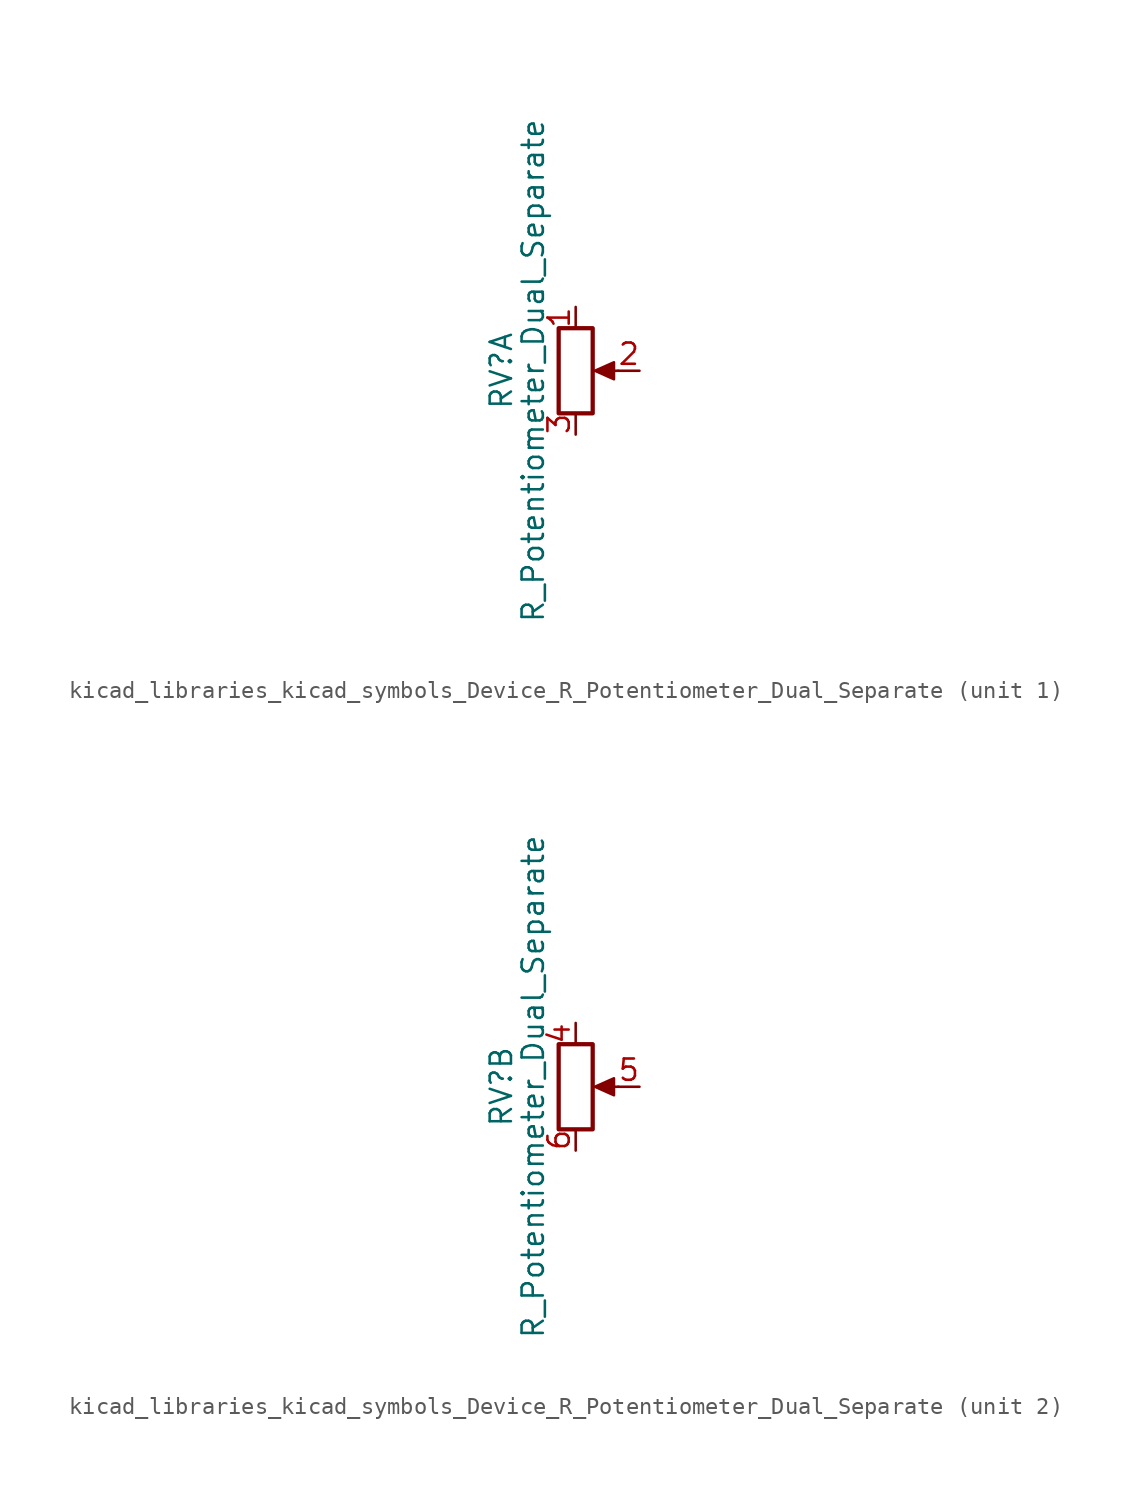
<source format=kicad_sym>
(kicad_symbol_lib
  (version 20220914)
  (generator kicad_symbol_editor)
  (symbol "kicad_libraries_kicad_symbols_Device_R_Potentiometer_Dual_Separate"
    (pin_names
      (offset 1.016) hide)
    (property "Reference" "RV"
      (at -4.445 0 90)
      (effects (font (size 1.27 1.27))))
    (property "Value" "R_Potentiometer_Dual_Separate"
      (at -2.54 0 90)
      (effects (font (size 1.27 1.27))))
    (symbol "kicad_libraries_kicad_symbols_Device_R_Potentiometer_Dual_Separate_0_1"
      (polyline (pts (xy 2.54 0) (xy 1.524 0)) (stroke (width 0) (type default)) (fill (type none)))
      (polyline (pts (xy 1.143 0) (xy 2.286 0.508) (xy 2.286 -0.508) (xy 1.143 0)) (stroke (width 0) (type default)) (fill (type outline)))
      (rectangle (start 1.016 2.54) (end -1.016 -2.54) (stroke (width 0.254) (type default)) (fill (type none))))
    (symbol "kicad_libraries_kicad_symbols_Device_R_Potentiometer_Dual_Separate_1_1"
      (pin passive line (at 0 3.81 270) (length 1.27) (name "1" (effects (font (size 1.27 1.27)))) (number "1" (effects (font (size 1.27 1.27)))))
      (pin passive line (at 3.81 0 180) (length 1.27) (name "2" (effects (font (size 1.27 1.27)))) (number "2" (effects (font (size 1.27 1.27)))))
      (pin passive line (at 0 -3.81 90) (length 1.27) (name "3" (effects (font (size 1.27 1.27)))) (number "3" (effects (font (size 1.27 1.27))))))
    (symbol "kicad_libraries_kicad_symbols_Device_R_Potentiometer_Dual_Separate_2_1"
      (pin passive line (at 0 3.81 270) (length 1.27) (name "4" (effects (font (size 1.27 1.27)))) (number "4" (effects (font (size 1.27 1.27)))))
      (pin passive line (at 3.81 0 180) (length 1.27) (name "5" (effects (font (size 1.27 1.27)))) (number "5" (effects (font (size 1.27 1.27)))))
      (pin passive line (at 0 -3.81 90) (length 1.27) (name "6" (effects (font (size 1.27 1.27)))) (number "6" (effects (font (size 1.27 1.27))))))))
</source>
